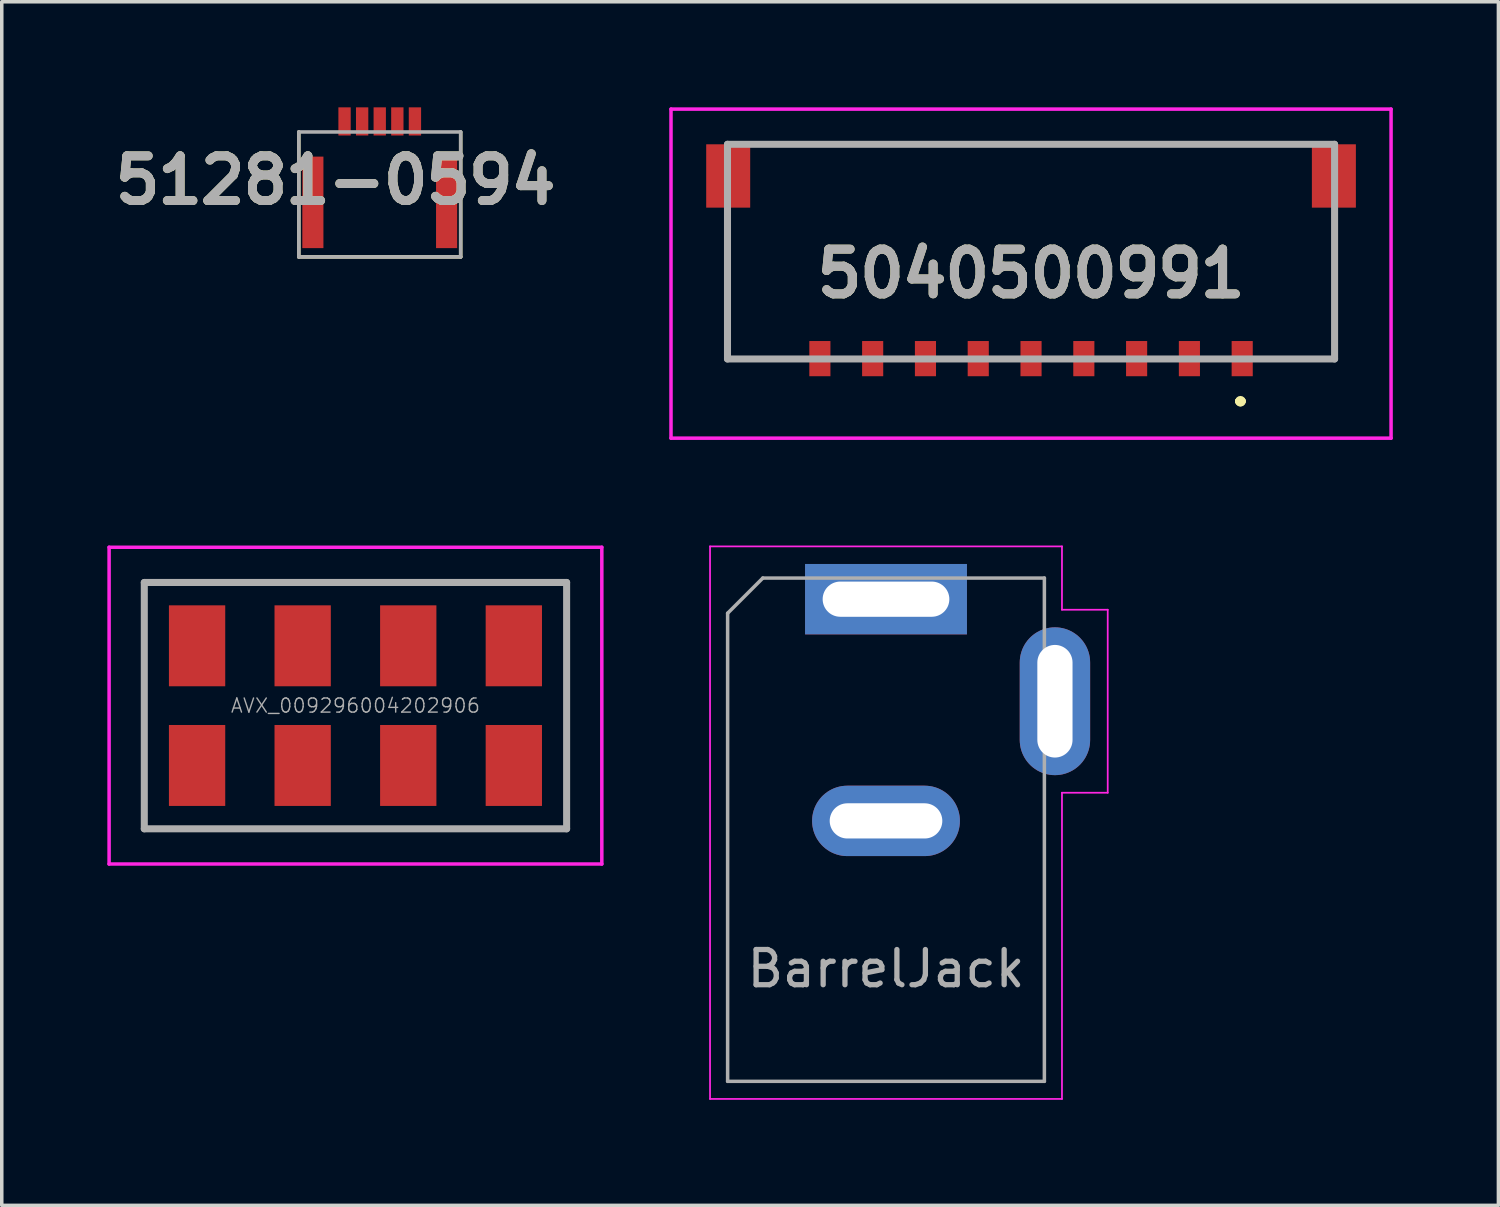
<source format=kicad_pcb>
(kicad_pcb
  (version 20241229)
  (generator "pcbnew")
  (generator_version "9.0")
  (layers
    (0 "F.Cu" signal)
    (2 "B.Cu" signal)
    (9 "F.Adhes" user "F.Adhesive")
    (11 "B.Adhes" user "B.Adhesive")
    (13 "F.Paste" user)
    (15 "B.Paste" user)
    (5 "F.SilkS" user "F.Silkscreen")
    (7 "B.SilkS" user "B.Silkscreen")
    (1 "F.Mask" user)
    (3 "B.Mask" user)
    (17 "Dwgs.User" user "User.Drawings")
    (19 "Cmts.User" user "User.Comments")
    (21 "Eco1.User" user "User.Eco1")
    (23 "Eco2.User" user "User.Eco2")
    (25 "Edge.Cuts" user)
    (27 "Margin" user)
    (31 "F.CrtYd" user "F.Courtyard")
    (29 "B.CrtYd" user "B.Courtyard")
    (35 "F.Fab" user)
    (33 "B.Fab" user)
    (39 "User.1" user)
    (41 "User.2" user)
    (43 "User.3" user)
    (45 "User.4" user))
  (footprint "5040500991"
    (layer "F.Cu")
    (at 26.246 4.1)
    (property "Reference" "5040500991" (at 0 0.625 0) (layer "F.SilkS") (effects (font (size 1.27 1.27) (thickness 0.254))))
    (attr smd)
    (fp_line (start -8.625 -0.5) (end -8.625 3) (stroke (width 0.1) (type solid)) (layer "F.SilkS"))
    (fp_line (start -8.625 3) (end -8.605 3) (stroke (width 0.1) (type solid)) (layer "F.SilkS"))
    (fp_line (start -8.605 -0.5) (end -8.625 -0.5) (stroke (width 0.1) (type solid)) (layer "F.SilkS"))
    (fp_line (start -8.605 3) (end -8.605 -0.5) (stroke (width 0.1) (type solid)) (layer "F.SilkS"))
    (fp_line (start -8.605 3.05) (end -8.605 3.05) (stroke (width 0.1) (type solid)) (layer "F.SilkS"))
    (fp_line (start -8.605 3.05) (end -7 3.05) (stroke (width 0.1) (type solid)) (layer "F.SilkS"))
    (fp_line (start -7.25 -3.05) (end -7.25 -3.05) (stroke (width 0.1) (type solid)) (layer "F.SilkS"))
    (fp_line (start -7.25 -3.05) (end 7.25 -3.05) (stroke (width 0.1) (type solid)) (layer "F.SilkS"))
    (fp_line (start -7 3.05) (end -8.605 3.05) (stroke (width 0.1) (type solid)) (layer "F.SilkS"))
    (fp_line (start -7 3.05) (end -7 3.05) (stroke (width 0.1) (type solid)) (layer "F.SilkS"))
    (fp_line (start 5.9 4.25) (end 5.9 4.25) (stroke (width 0.2) (type solid)) (layer "F.SilkS"))
    (fp_line (start 5.9 4.25) (end 5.9 4.25) (stroke (width 0.2) (type solid)) (layer "F.SilkS"))
    (fp_line (start 6 4.25) (end 6 4.25) (stroke (width 0.2) (type solid)) (layer "F.SilkS"))
    (fp_line (start 7 3.05) (end 7 3.05) (stroke (width 0.1) (type solid)) (layer "F.SilkS"))
    (fp_line (start 7 3.05) (end 8.625 3.05) (stroke (width 0.1) (type solid)) (layer "F.SilkS"))
    (fp_line (start 7.25 -3.05) (end -7.25 -3.05) (stroke (width 0.1) (type solid)) (layer "F.SilkS"))
    (fp_line (start 7.25 -3.05) (end 7.25 -3.05) (stroke (width 0.1) (type solid)) (layer "F.SilkS"))
    (fp_line (start 8.625 -0.5) (end 8.625 -0.5) (stroke (width 0.1) (type solid)) (layer "F.SilkS"))
    (fp_line (start 8.625 -0.5) (end 8.625 3.05) (stroke (width 0.1) (type solid)) (layer "F.SilkS"))
    (fp_line (start 8.625 3.05) (end 7 3.05) (stroke (width 0.1) (type solid)) (layer "F.SilkS"))
    (fp_line (start 8.625 3.05) (end 8.625 -0.5) (stroke (width 0.1) (type solid)) (layer "F.SilkS"))
    (fp_line (start 8.625 3.05) (end 8.625 3.05) (stroke (width 0.1) (type solid)) (layer "F.SilkS"))
    (fp_line (start 8.625 3.05) (end 8.625 3.05) (stroke (width 0.1) (type solid)) (layer "F.SilkS"))
    (fp_arc (start 5.9 4.25) (mid 5.95 4.2) (end 6 4.25) (stroke (width 0.2) (type solid)) (layer "F.SilkS"))
    (fp_arc (start 6 4.25) (mid 5.95 4.3) (end 5.9 4.25) (stroke (width 0.2) (type solid)) (layer "F.SilkS"))
    (fp_arc (start 6 4.25) (mid 5.95 4.3) (end 5.9 4.25) (stroke (width 0.2) (type solid)) (layer "F.SilkS"))
    (fp_line (start -10.23 -4.05) (end 10.23 -4.05) (stroke (width 0.1) (type solid)) (layer "F.CrtYd"))
    (fp_line (start -10.23 5.3) (end -10.23 -4.05) (stroke (width 0.1) (type solid)) (layer "F.CrtYd"))
    (fp_line (start 10.23 -4.05) (end 10.23 5.3) (stroke (width 0.1) (type solid)) (layer "F.CrtYd"))
    (fp_line (start 10.23 5.3) (end -10.23 5.3) (stroke (width 0.1) (type solid)) (layer "F.CrtYd"))
    (fp_line (start -8.625 -3.05) (end -8.625 3.05) (stroke (width 0.2) (type solid)) (layer "F.Fab"))
    (fp_line (start -8.625 3.05) (end 8.625 3.05) (stroke (width 0.2) (type solid)) (layer "F.Fab"))
    (fp_line (start 8.625 -3.05) (end -8.625 -3.05) (stroke (width 0.2) (type solid)) (layer "F.Fab"))
    (fp_line (start 8.625 3.05) (end 8.625 -3.05) (stroke (width 0.2) (type solid)) (layer "F.Fab"))
    (fp_text user "${REFERENCE}" (at 0 0.625 0) (layer "F.Fab") (effects (font (size 1.27 1.27) (thickness 0.254))))
    (pad "1" smd rect (at 6 3.04) (size 0.6 1) (layers "F.Cu" "F.Mask" "F.Paste"))
    (pad "2" smd rect (at 4.5 3.04) (size 0.6 1) (layers "F.Cu" "F.Mask" "F.Paste"))
    (pad "3" smd rect (at 3 3.04) (size 0.6 1) (layers "F.Cu" "F.Mask" "F.Paste"))
    (pad "4" smd rect (at 1.5 3.04) (size 0.6 1) (layers "F.Cu" "F.Mask" "F.Paste"))
    (pad "5" smd rect (at 0 3.04) (size 0.6 1) (layers "F.Cu" "F.Mask" "F.Paste"))
    (pad "6" smd rect (at -1.5 3.04) (size 0.6 1) (layers "F.Cu" "F.Mask" "F.Paste"))
    (pad "7" smd rect (at -3 3.04) (size 0.6 1) (layers "F.Cu" "F.Mask" "F.Paste"))
    (pad "8" smd rect (at -4.5 3.04) (size 0.6 1) (layers "F.Cu" "F.Mask" "F.Paste"))
    (pad "9" smd rect (at -6 3.04) (size 0.6 1) (layers "F.Cu" "F.Mask" "F.Paste"))
    (pad "MP1" smd rect (at 8.605 -2.15) (size 1.25 1.8) (layers "F.Cu" "F.Mask" "F.Paste"))
    (pad "MP2" smd rect (at -8.605 -2.15) (size 1.25 1.8) (layers "F.Cu" "F.Mask" "F.Paste")))
  (footprint "BarrelJack"
    (layer "F.Cu")
    (at 22.125 13.975)
    (property "Reference" "BarrelJack" (at 0 10.5 0) (layer "F.Fab") (effects (font (size 1 1) (thickness 0.15))))
    (attr through_hole)
    (fp_line (start -5 -1.5) (end -5 14.2) (stroke (width 0.05) (type solid)) (layer "F.CrtYd"))
    (fp_line (start -5 14.2) (end 5 14.2) (stroke (width 0.05) (type solid)) (layer "F.CrtYd"))
    (fp_line (start 5 -1.5) (end -5 -1.5) (stroke (width 0.05) (type solid)) (layer "F.CrtYd"))
    (fp_line (start 5 0.3) (end 5 -1.5) (stroke (width 0.05) (type solid)) (layer "F.CrtYd"))
    (fp_line (start 5 14.2) (end 5 5.5) (stroke (width 0.05) (type solid)) (layer "F.CrtYd"))
    (fp_line (start 6.3 0.3) (end 5 0.3) (stroke (width 0.05) (type solid)) (layer "F.CrtYd"))
    (fp_line (start 6.3 0.3) (end 6.3 5.5) (stroke (width 0.05) (type solid)) (layer "F.CrtYd"))
    (fp_line (start 6.3 5.5) (end 5 5.5) (stroke (width 0.05) (type solid)) (layer "F.CrtYd"))
    (fp_line (start -4.5 0.4) (end -3.5 -0.6) (stroke (width 0.1) (type solid)) (layer "F.Fab"))
    (fp_line (start -4.5 13.7) (end -4.5 0.4) (stroke (width 0.1) (type solid)) (layer "F.Fab"))
    (fp_line (start 4.5 -0.6) (end -3.5 -0.6) (stroke (width 0.1) (type solid)) (layer "F.Fab"))
    (fp_line (start 4.5 -0.6) (end 4.5 13.7) (stroke (width 0.1) (type solid)) (layer "F.Fab"))
    (fp_line (start 4.5 13.7) (end -4.5 13.7) (stroke (width 0.1) (type solid)) (layer "F.Fab"))
    (pad "" thru_hole oval (at 4.8 2.9) (size 2 4.2) (drill oval 1 3.2) (layers "*.Cu" "*.Mask"))
    (pad "1" thru_hole rect (at 0 0) (size 4.6 2) (drill oval 3.6 1) (layers "*.Cu" "*.Mask"))
    (pad "2" thru_hole oval (at 0 6.3) (size 4.2 2) (drill oval 3.2 1) (layers "*.Cu" "*.Mask")))
  (footprint "51281-0594"
    (layer "F.Cu")
    (at 7.74 0.4)
    (property "Reference" "51281-0594" (at -1.257 1.674 0) (layer "F.SilkS") (effects (font (size 1.27 1.27) (thickness 0.254))))
    (attr smd)
    (fp_line (start -2.3 0.3) (end -2.3 3.85) (stroke (width 0.1) (type solid)) (layer "F.SilkS"))
    (fp_line (start -2.3 3.85) (end 2.3 3.85) (stroke (width 0.1) (type solid)) (layer "F.SilkS"))
    (fp_line (start 2.3 3.85) (end 2.3 0.3) (stroke (width 0.1) (type solid)) (layer "F.SilkS"))
    (fp_line (start -2.3 0.3) (end 2.3 0.3) (stroke (width 0.1) (type solid)) (layer "F.Fab"))
    (fp_line (start -2.3 3.85) (end -2.3 0.3) (stroke (width 0.1) (type solid)) (layer "F.Fab"))
    (fp_line (start 2.3 0.3) (end 2.3 3.85) (stroke (width 0.1) (type solid)) (layer "F.Fab"))
    (fp_line (start 2.3 3.85) (end -2.3 3.85) (stroke (width 0.1) (type solid)) (layer "F.Fab"))
    (fp_text user "${REFERENCE}" (at -1.257 1.674 0) (layer "F.Fab") (effects (font (size 1.27 1.27) (thickness 0.254))))
    (pad "1" smd rect (at -1 0) (size 0.35 0.8) (layers "F.Cu" "F.Mask" "F.Paste"))
    (pad "2" smd rect (at -0.5 0) (size 0.35 0.8) (layers "F.Cu" "F.Mask" "F.Paste"))
    (pad "3" smd rect (at 0 0) (size 0.35 0.8) (layers "F.Cu" "F.Mask" "F.Paste"))
    (pad "4" smd rect (at 0.5 0) (size 0.35 0.8) (layers "F.Cu" "F.Mask" "F.Paste"))
    (pad "5" smd rect (at 1 0) (size 0.35 0.8) (layers "F.Cu" "F.Mask" "F.Paste"))
    (pad "6" smd rect (at -1.9 2.3) (size 0.6 2.6) (layers "F.Cu" "F.Mask" "F.Paste"))
    (pad "7" smd rect (at 1.9 2.3) (size 0.6 2.6) (layers "F.Cu" "F.Mask" "F.Paste")))
  (footprint "AVX_009296004202906"
    (layer "F.Cu")
    (at 7.05 17)
    (property "Reference" "AVX_009296004202906" (at 0 0 0) (layer "F.Fab") (effects (font (size 0.4 0.4) (thickness 0.04))))
    (attr smd)
    (fp_line (start -6 -3.5) (end 6 -3.5) (stroke (width 0.1) (type solid)) (layer "F.SilkS"))
    (fp_line (start -6 3.5) (end -6 -3.5) (stroke (width 0.1) (type solid)) (layer "F.SilkS"))
    (fp_line (start 6 -3.5) (end 6 3.5) (stroke (width 0.1) (type solid)) (layer "F.SilkS"))
    (fp_line (start 6 3.5) (end -6 3.5) (stroke (width 0.1) (type solid)) (layer "F.SilkS"))
    (fp_line (start -7 -4.5) (end 7 -4.5) (stroke (width 0.1) (type solid)) (layer "F.CrtYd"))
    (fp_line (start -7 4.5) (end -7 -4.5) (stroke (width 0.1) (type solid)) (layer "F.CrtYd"))
    (fp_line (start 7 -4.5) (end 7 4.5) (stroke (width 0.1) (type solid)) (layer "F.CrtYd"))
    (fp_line (start 7 4.5) (end -7 4.5) (stroke (width 0.1) (type solid)) (layer "F.CrtYd"))
    (fp_line (start -6 -3.5) (end 6 -3.5) (stroke (width 0.2) (type solid)) (layer "F.Fab"))
    (fp_line (start -6 3.5) (end -6 -3.5) (stroke (width 0.2) (type solid)) (layer "F.Fab"))
    (fp_line (start 6 -3.5) (end 6 3.5) (stroke (width 0.2) (type solid)) (layer "F.Fab"))
    (fp_line (start 6 3.5) (end -6 3.5) (stroke (width 0.2) (type solid)) (layer "F.Fab"))
    (pad "1" smd rect (at -4.5 -1.7) (size 1.6 2.3) (layers "F.Cu" "F.Mask" "F.Paste"))
    (pad "1" smd rect (at -4.5 1.7) (size 1.6 2.3) (layers "F.Cu" "F.Mask" "F.Paste"))
    (pad "2" smd rect (at -1.5 -1.7) (size 1.6 2.3) (layers "F.Cu" "F.Mask" "F.Paste"))
    (pad "2" smd rect (at -1.5 1.7) (size 1.6 2.3) (layers "F.Cu" "F.Mask" "F.Paste"))
    (pad "3" smd rect (at 1.5 -1.7) (size 1.6 2.3) (layers "F.Cu" "F.Mask" "F.Paste"))
    (pad "3" smd rect (at 1.5 1.7) (size 1.6 2.3) (layers "F.Cu" "F.Mask" "F.Paste"))
    (pad "4" smd rect (at 4.5 -1.7) (size 1.6 2.3) (layers "F.Cu" "F.Mask" "F.Paste"))
    (pad "4" smd rect (at 4.5 1.7) (size 1.6 2.3) (layers "F.Cu" "F.Mask" "F.Paste")))
  (gr_rect
    (start -3 -3)
    (end 39.526 31.2)
    (stroke (width 0.1) (type default))
    (fill no)
    (layer "Edge.Cuts")))
</source>
